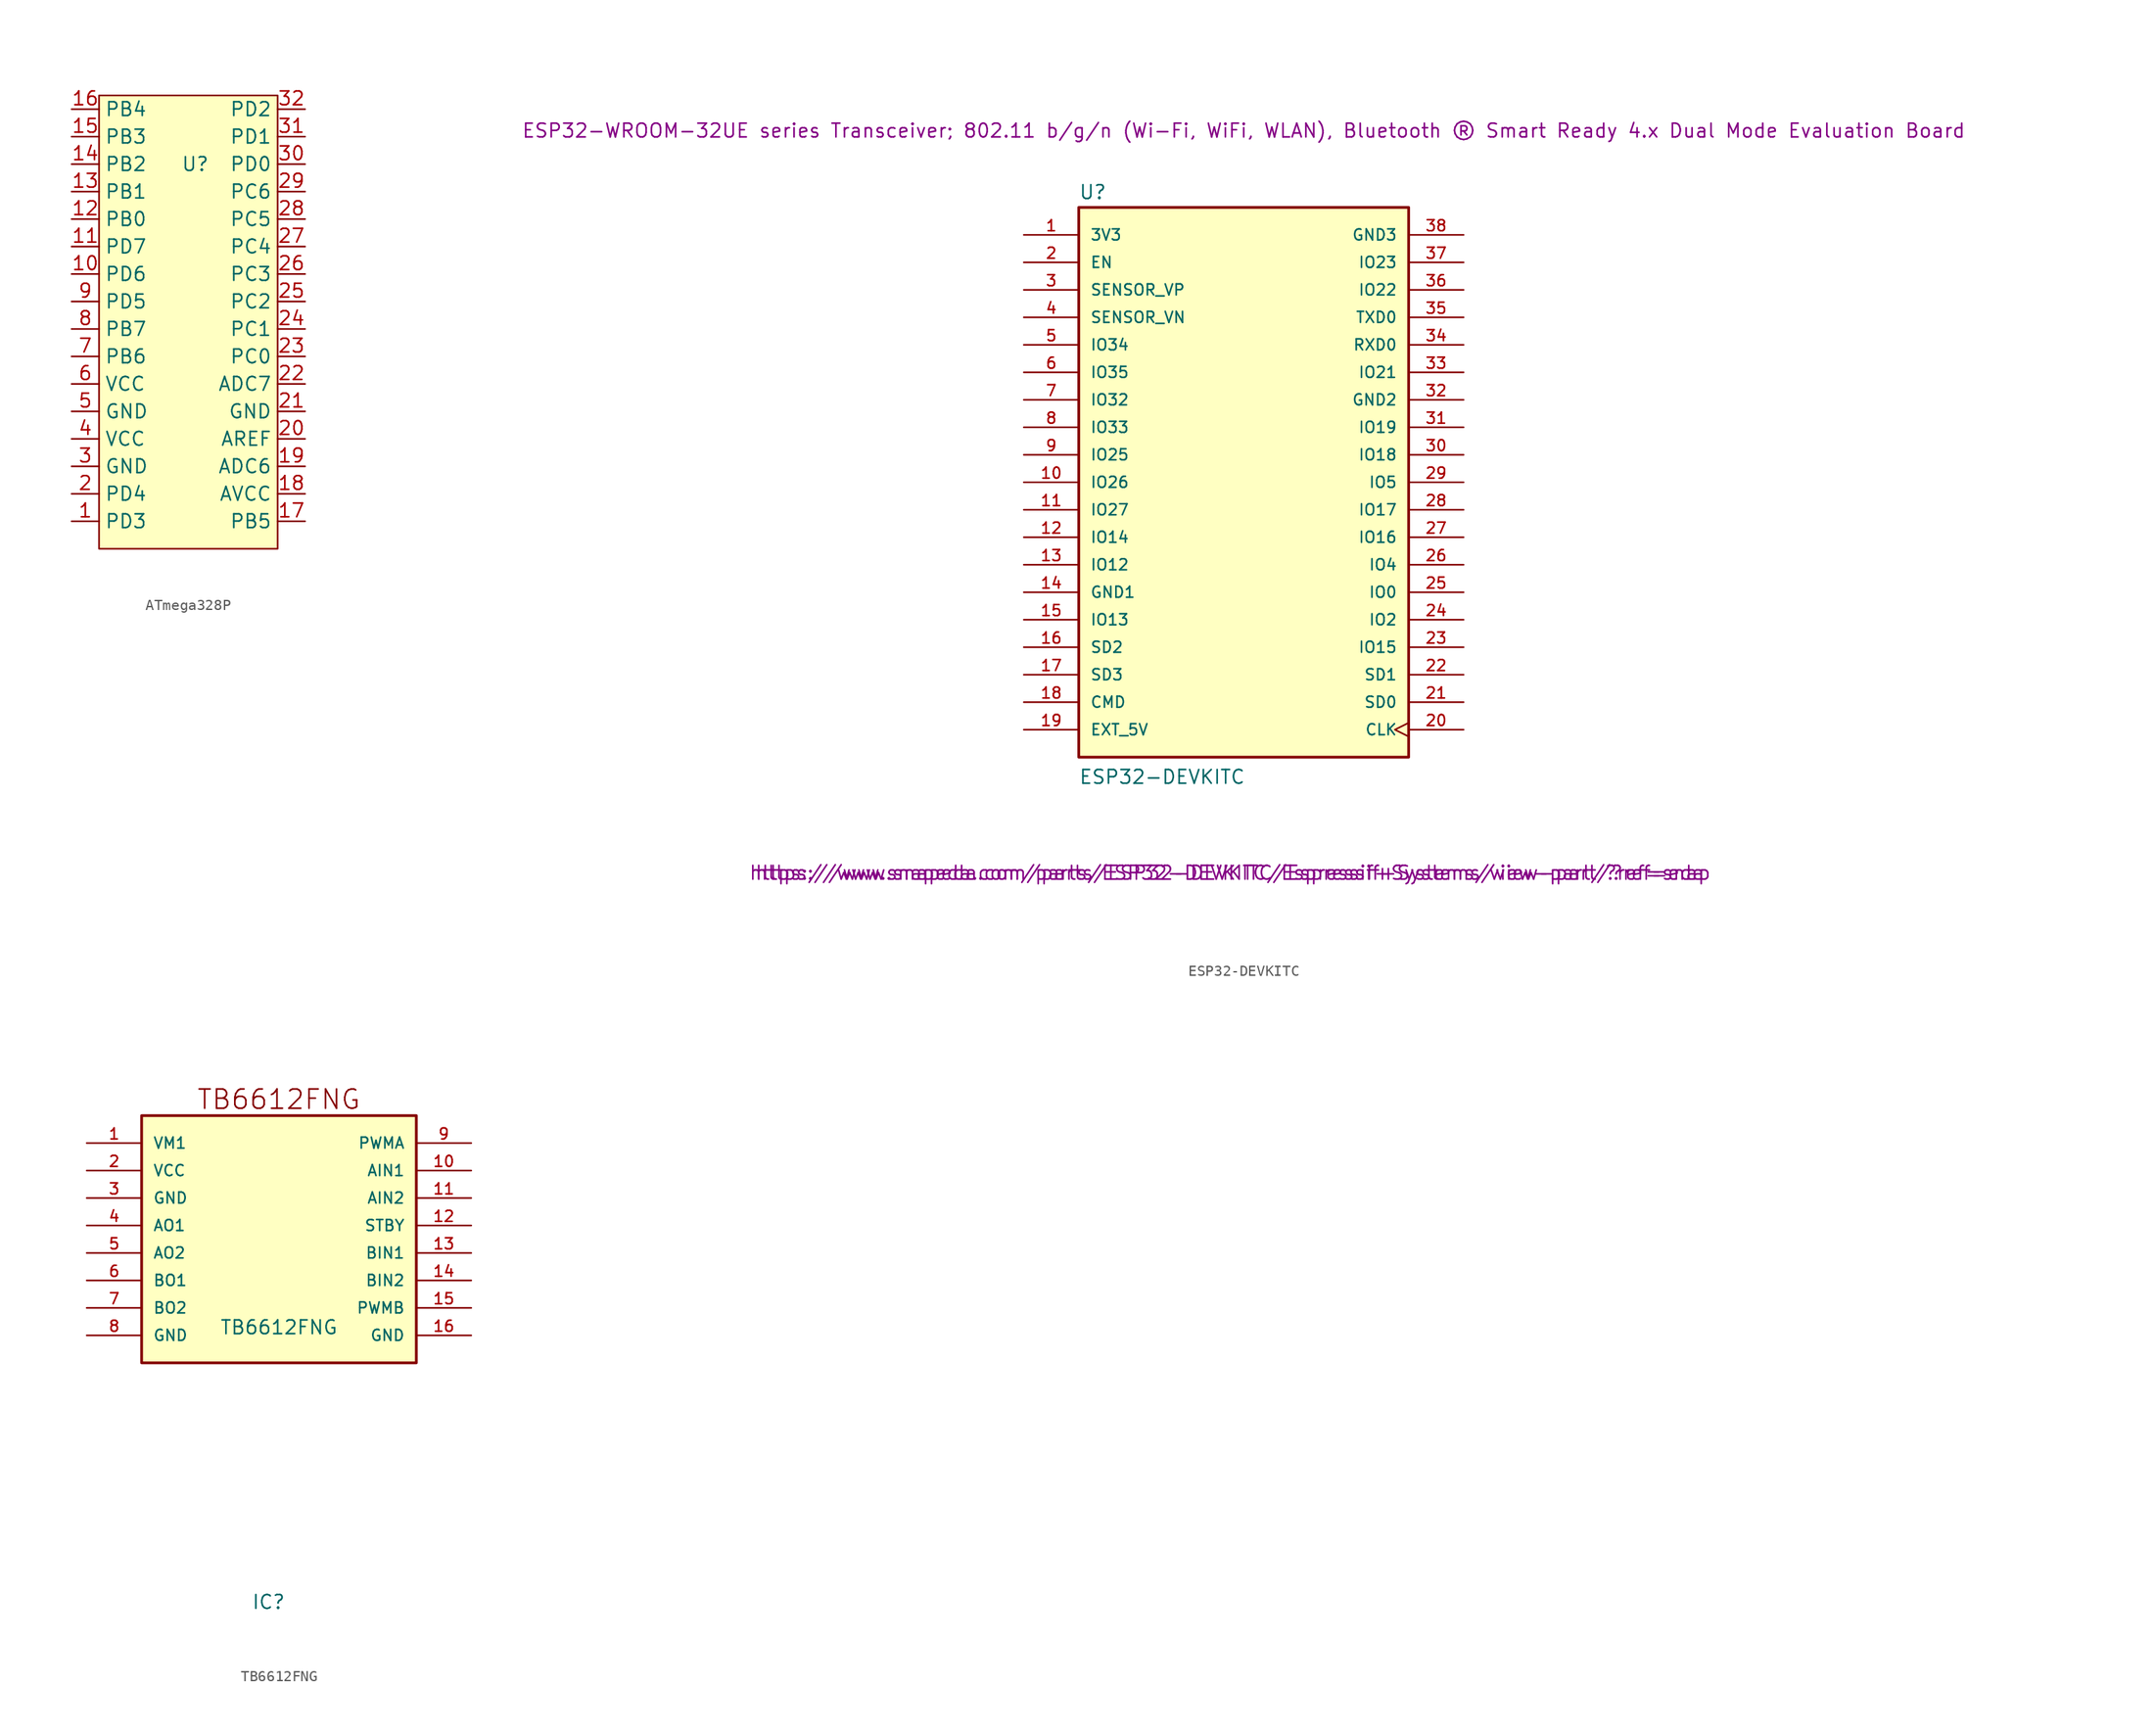
<source format=kicad_sym>
(kicad_symbol_lib
  (version 20220914)
  (generator kicad_symbol_editor)
  (symbol "ATmega328P"
    (property "Reference" "U"
      (at 0 0 0)
      (effects (font (size 1.27 1.27))))
    (property "Value" ""
      (at 0 0 0)
      (effects (font (size 1.27 1.27))))
    (symbol "ATmega328P_1_1"
      (rectangle (start -8.89 6.35) (end 7.62 -35.56) (stroke (width 0) (type default)) (fill (type background)))
      (pin input line (at -11.43 -33.02 0) (length 2.54) (name "PD3" (effects (font (size 1.27 1.27)))) (number "1" (effects (font (size 1.27 1.27)))))
      (pin input line (at -11.43 -10.16 0) (length 2.54) (name "PD6" (effects (font (size 1.27 1.27)))) (number "10" (effects (font (size 1.27 1.27)))))
      (pin input line (at -11.43 -7.62 0) (length 2.54) (name "PD7" (effects (font (size 1.27 1.27)))) (number "11" (effects (font (size 1.27 1.27)))))
      (pin input line (at -11.43 -5.08 0) (length 2.54) (name "PB0" (effects (font (size 1.27 1.27)))) (number "12" (effects (font (size 1.27 1.27)))))
      (pin input line (at -11.43 -2.54 0) (length 2.54) (name "PB1" (effects (font (size 1.27 1.27)))) (number "13" (effects (font (size 1.27 1.27)))))
      (pin input line (at -11.43 0 0) (length 2.54) (name "PB2" (effects (font (size 1.27 1.27)))) (number "14" (effects (font (size 1.27 1.27)))))
      (pin input line (at -11.43 2.54 0) (length 2.54) (name "PB3" (effects (font (size 1.27 1.27)))) (number "15" (effects (font (size 1.27 1.27)))))
      (pin input line (at -11.43 5.08 0) (length 2.54) (name "PB4" (effects (font (size 1.27 1.27)))) (number "16" (effects (font (size 1.27 1.27)))))
      (pin input line (at 10.16 -33.02 180) (length 2.54) (name "PB5" (effects (font (size 1.27 1.27)))) (number "17" (effects (font (size 1.27 1.27)))))
      (pin input line (at 10.16 -30.48 180) (length 2.54) (name "AVCC" (effects (font (size 1.27 1.27)))) (number "18" (effects (font (size 1.27 1.27)))))
      (pin input line (at 10.16 -27.94 180) (length 2.54) (name "ADC6" (effects (font (size 1.27 1.27)))) (number "19" (effects (font (size 1.27 1.27)))))
      (pin input line (at -11.43 -30.48 0) (length 2.54) (name "PD4" (effects (font (size 1.27 1.27)))) (number "2" (effects (font (size 1.27 1.27)))))
      (pin input line (at 10.16 -25.4 180) (length 2.54) (name "AREF" (effects (font (size 1.27 1.27)))) (number "20" (effects (font (size 1.27 1.27)))))
      (pin input line (at 10.16 -22.86 180) (length 2.54) (name "GND" (effects (font (size 1.27 1.27)))) (number "21" (effects (font (size 1.27 1.27)))))
      (pin input line (at 10.16 -20.32 180) (length 2.54) (name "ADC7" (effects (font (size 1.27 1.27)))) (number "22" (effects (font (size 1.27 1.27)))))
      (pin input line (at 10.16 -17.78 180) (length 2.54) (name "PC0" (effects (font (size 1.27 1.27)))) (number "23" (effects (font (size 1.27 1.27)))))
      (pin input line (at 10.16 -15.24 180) (length 2.54) (name "PC1" (effects (font (size 1.27 1.27)))) (number "24" (effects (font (size 1.27 1.27)))))
      (pin input line (at 10.16 -12.7 180) (length 2.54) (name "PC2" (effects (font (size 1.27 1.27)))) (number "25" (effects (font (size 1.27 1.27)))))
      (pin input line (at 10.16 -10.16 180) (length 2.54) (name "PC3" (effects (font (size 1.27 1.27)))) (number "26" (effects (font (size 1.27 1.27)))))
      (pin input line (at 10.16 -7.62 180) (length 2.54) (name "PC4" (effects (font (size 1.27 1.27)))) (number "27" (effects (font (size 1.27 1.27)))))
      (pin input line (at 10.16 -5.08 180) (length 2.54) (name "PC5" (effects (font (size 1.27 1.27)))) (number "28" (effects (font (size 1.27 1.27)))))
      (pin input line (at 10.16 -2.54 180) (length 2.54) (name "PC6" (effects (font (size 1.27 1.27)))) (number "29" (effects (font (size 1.27 1.27)))))
      (pin input line (at -11.43 -27.94 0) (length 2.54) (name "GND" (effects (font (size 1.27 1.27)))) (number "3" (effects (font (size 1.27 1.27)))))
      (pin input line (at 10.16 0 180) (length 2.54) (name "PD0" (effects (font (size 1.27 1.27)))) (number "30" (effects (font (size 1.27 1.27)))))
      (pin input line (at 10.16 2.54 180) (length 2.54) (name "PD1" (effects (font (size 1.27 1.27)))) (number "31" (effects (font (size 1.27 1.27)))))
      (pin input line (at 10.16 5.08 180) (length 2.54) (name "PD2" (effects (font (size 1.27 1.27)))) (number "32" (effects (font (size 1.27 1.27)))))
      (pin input line (at -11.43 -25.4 0) (length 2.54) (name "VCC" (effects (font (size 1.27 1.27)))) (number "4" (effects (font (size 1.27 1.27)))))
      (pin input line (at -11.43 -22.86 0) (length 2.54) (name "GND" (effects (font (size 1.27 1.27)))) (number "5" (effects (font (size 1.27 1.27)))))
      (pin input line (at -11.43 -20.32 0) (length 2.54) (name "VCC" (effects (font (size 1.27 1.27)))) (number "6" (effects (font (size 1.27 1.27)))))
      (pin input line (at -11.43 -17.78 0) (length 2.54) (name "PB6" (effects (font (size 1.27 1.27)))) (number "7" (effects (font (size 1.27 1.27)))))
      (pin input line (at -11.43 -15.24 0) (length 2.54) (name "PB7" (effects (font (size 1.27 1.27)))) (number "8" (effects (font (size 1.27 1.27)))))
      (pin input line (at -11.43 -12.7 0) (length 2.54) (name "PD5" (effects (font (size 1.27 1.27)))) (number "9" (effects (font (size 1.27 1.27)))))))
  (symbol "ESP32-DEVKITC"
    (pin_names
      (offset 1.016))
    (property "Reference" "U"
      (at -15.257 26.064 0)
      (effects (font (size 1.27 1.27)) (justify left bottom)))
    (property "Value" "ESP32-DEVKITC"
      (at -15.256 -27.97 0)
      (effects (font (size 1.27 1.27)) (justify left bottom)))
    (property "Description" "\nESP32-WROOM-32UE series Transceiver; 802.11 b/g/n (Wi-Fi, WiFi, WLAN), Bluetooth ® Smart Ready 4.x Dual Mode Evaluation Board\n"
      (at 0 31.75 0)
      (effects (font (size 1.27 1.27)) (justify bottom)))
    (property "Check_prices" "https://www.snapeda.com/parts/ESP32-DEVKITC/Espressif+Systems/view-part/?ref=eda"
      (at -1.27 -36.83 0)
      (effects (font (size 1.27 1.27)) (justify bottom)))
    (property "SnapEDA_Link" "https://www.snapeda.com/parts/ESP32-DEVKITC/Espressif+Systems/view-part/?ref=snap"
      (at -1.27 -36.83 0)
      (effects (font (size 1.27 1.27)) (justify bottom)))
    (symbol "ESP32-DEVKITC_0_0"
      (rectangle (start -15.24 25.4) (end 15.24 -25.4) (stroke (width 0.254) (type default)) (fill (type background)))
      (pin power_in line (at -20.32 22.86 0) (length 5.08) (name "3V3" (effects (font (size 1.016 1.016)))) (number "1" (effects (font (size 1.016 1.016)))))
      (pin bidirectional line (at -20.32 0 0) (length 5.08) (name "IO26" (effects (font (size 1.016 1.016)))) (number "10" (effects (font (size 1.016 1.016)))))
      (pin bidirectional line (at -20.32 -2.54 0) (length 5.08) (name "IO27" (effects (font (size 1.016 1.016)))) (number "11" (effects (font (size 1.016 1.016)))))
      (pin bidirectional line (at -20.32 -5.08 0) (length 5.08) (name "IO14" (effects (font (size 1.016 1.016)))) (number "12" (effects (font (size 1.016 1.016)))))
      (pin bidirectional line (at -20.32 -7.62 0) (length 5.08) (name "IO12" (effects (font (size 1.016 1.016)))) (number "13" (effects (font (size 1.016 1.016)))))
      (pin power_in line (at -20.32 -10.16 0) (length 5.08) (name "GND1" (effects (font (size 1.016 1.016)))) (number "14" (effects (font (size 1.016 1.016)))))
      (pin bidirectional line (at -20.32 -12.7 0) (length 5.08) (name "IO13" (effects (font (size 1.016 1.016)))) (number "15" (effects (font (size 1.016 1.016)))))
      (pin bidirectional line (at -20.32 -15.24 0) (length 5.08) (name "SD2" (effects (font (size 1.016 1.016)))) (number "16" (effects (font (size 1.016 1.016)))))
      (pin bidirectional line (at -20.32 -17.78 0) (length 5.08) (name "SD3" (effects (font (size 1.016 1.016)))) (number "17" (effects (font (size 1.016 1.016)))))
      (pin bidirectional line (at -20.32 -20.32 0) (length 5.08) (name "CMD" (effects (font (size 1.016 1.016)))) (number "18" (effects (font (size 1.016 1.016)))))
      (pin power_in line (at -20.32 -22.86 0) (length 5.08) (name "EXT_5V" (effects (font (size 1.016 1.016)))) (number "19" (effects (font (size 1.016 1.016)))))
      (pin input line (at -20.32 20.32 0) (length 5.08) (name "EN" (effects (font (size 1.016 1.016)))) (number "2" (effects (font (size 1.016 1.016)))))
      (pin input clock (at 20.32 -22.86 180) (length 5.08) (name "CLK" (effects (font (size 1.016 1.016)))) (number "20" (effects (font (size 1.016 1.016)))))
      (pin bidirectional line (at 20.32 -20.32 180) (length 5.08) (name "SD0" (effects (font (size 1.016 1.016)))) (number "21" (effects (font (size 1.016 1.016)))))
      (pin bidirectional line (at 20.32 -17.78 180) (length 5.08) (name "SD1" (effects (font (size 1.016 1.016)))) (number "22" (effects (font (size 1.016 1.016)))))
      (pin bidirectional line (at 20.32 -15.24 180) (length 5.08) (name "IO15" (effects (font (size 1.016 1.016)))) (number "23" (effects (font (size 1.016 1.016)))))
      (pin bidirectional line (at 20.32 -12.7 180) (length 5.08) (name "IO2" (effects (font (size 1.016 1.016)))) (number "24" (effects (font (size 1.016 1.016)))))
      (pin bidirectional line (at 20.32 -10.16 180) (length 5.08) (name "IO0" (effects (font (size 1.016 1.016)))) (number "25" (effects (font (size 1.016 1.016)))))
      (pin bidirectional line (at 20.32 -7.62 180) (length 5.08) (name "IO4" (effects (font (size 1.016 1.016)))) (number "26" (effects (font (size 1.016 1.016)))))
      (pin bidirectional line (at 20.32 -5.08 180) (length 5.08) (name "IO16" (effects (font (size 1.016 1.016)))) (number "27" (effects (font (size 1.016 1.016)))))
      (pin bidirectional line (at 20.32 -2.54 180) (length 5.08) (name "IO17" (effects (font (size 1.016 1.016)))) (number "28" (effects (font (size 1.016 1.016)))))
      (pin bidirectional line (at 20.32 0 180) (length 5.08) (name "IO5" (effects (font (size 1.016 1.016)))) (number "29" (effects (font (size 1.016 1.016)))))
      (pin input line (at -20.32 17.78 0) (length 5.08) (name "SENSOR_VP" (effects (font (size 1.016 1.016)))) (number "3" (effects (font (size 1.016 1.016)))))
      (pin bidirectional line (at 20.32 2.54 180) (length 5.08) (name "IO18" (effects (font (size 1.016 1.016)))) (number "30" (effects (font (size 1.016 1.016)))))
      (pin bidirectional line (at 20.32 5.08 180) (length 5.08) (name "IO19" (effects (font (size 1.016 1.016)))) (number "31" (effects (font (size 1.016 1.016)))))
      (pin power_in line (at 20.32 7.62 180) (length 5.08) (name "GND2" (effects (font (size 1.016 1.016)))) (number "32" (effects (font (size 1.016 1.016)))))
      (pin bidirectional line (at 20.32 10.16 180) (length 5.08) (name "IO21" (effects (font (size 1.016 1.016)))) (number "33" (effects (font (size 1.016 1.016)))))
      (pin input line (at 20.32 12.7 180) (length 5.08) (name "RXD0" (effects (font (size 1.016 1.016)))) (number "34" (effects (font (size 1.016 1.016)))))
      (pin output line (at 20.32 15.24 180) (length 5.08) (name "TXD0" (effects (font (size 1.016 1.016)))) (number "35" (effects (font (size 1.016 1.016)))))
      (pin bidirectional line (at 20.32 17.78 180) (length 5.08) (name "IO22" (effects (font (size 1.016 1.016)))) (number "36" (effects (font (size 1.016 1.016)))))
      (pin bidirectional line (at 20.32 20.32 180) (length 5.08) (name "IO23" (effects (font (size 1.016 1.016)))) (number "37" (effects (font (size 1.016 1.016)))))
      (pin power_in line (at 20.32 22.86 180) (length 5.08) (name "GND3" (effects (font (size 1.016 1.016)))) (number "38" (effects (font (size 1.016 1.016)))))
      (pin input line (at -20.32 15.24 0) (length 5.08) (name "SENSOR_VN" (effects (font (size 1.016 1.016)))) (number "4" (effects (font (size 1.016 1.016)))))
      (pin bidirectional line (at -20.32 12.7 0) (length 5.08) (name "IO34" (effects (font (size 1.016 1.016)))) (number "5" (effects (font (size 1.016 1.016)))))
      (pin bidirectional line (at -20.32 10.16 0) (length 5.08) (name "IO35" (effects (font (size 1.016 1.016)))) (number "6" (effects (font (size 1.016 1.016)))))
      (pin bidirectional line (at -20.32 7.62 0) (length 5.08) (name "IO32" (effects (font (size 1.016 1.016)))) (number "7" (effects (font (size 1.016 1.016)))))
      (pin bidirectional line (at -20.32 5.08 0) (length 5.08) (name "IO33" (effects (font (size 1.016 1.016)))) (number "8" (effects (font (size 1.016 1.016)))))
      (pin bidirectional line (at -20.32 2.54 0) (length 5.08) (name "IO25" (effects (font (size 1.016 1.016)))) (number "9" (effects (font (size 1.016 1.016)))))))
  (symbol "TB6612FNG"
    (pin_names
      (offset 1.016))
    (property "Reference" "IC"
      (at -2.54 -25.4 0)
      (effects (font (size 1.27 1.27)) (justify left bottom)))
    (property "Value" "TB6612FNG"
      (at 0 0 0)
      (effects (font (size 1.27 1.27)) (justify bottom)))
    (symbol "TB6612FNG_0_0"
      (rectangle (start -12.7 20.32) (end 12.7 -2.54) (stroke (width 0.254) (type default)) (fill (type background)))
      (text "TB6612FNG" (at 7.62 22.86 0) (effects (font (size 1.778 1.778)) (justify right top)))
      (pin power_in line (at -17.78 17.78 0) (length 5.08) (name "VM1" (effects (font (size 1.016 1.016)))) (number "1" (effects (font (size 1.016 1.016)))))
      (pin input line (at 17.78 15.24 180) (length 5.08) (name "AIN1" (effects (font (size 1.016 1.016)))) (number "10" (effects (font (size 1.016 1.016)))))
      (pin input line (at 17.78 12.7 180) (length 5.08) (name "AIN2" (effects (font (size 1.016 1.016)))) (number "11" (effects (font (size 1.016 1.016)))))
      (pin input line (at 17.78 10.16 180) (length 5.08) (name "STBY" (effects (font (size 1.016 1.016)))) (number "12" (effects (font (size 1.016 1.016)))))
      (pin input line (at 17.78 7.62 180) (length 5.08) (name "BIN1" (effects (font (size 1.016 1.016)))) (number "13" (effects (font (size 1.016 1.016)))))
      (pin input line (at 17.78 5.08 180) (length 5.08) (name "BIN2" (effects (font (size 1.016 1.016)))) (number "14" (effects (font (size 1.016 1.016)))))
      (pin input line (at 17.78 2.54 180) (length 5.08) (name "PWMB" (effects (font (size 1.016 1.016)))) (number "15" (effects (font (size 1.016 1.016)))))
      (pin power_in line (at 17.78 0 180) (length 5.08) (name "GND" (effects (font (size 1.016 1.016)))) (number "16" (effects (font (size 1.016 1.016)))))
      (pin power_in line (at -17.78 15.24 0) (length 5.08) (name "VCC" (effects (font (size 1.016 1.016)))) (number "2" (effects (font (size 1.016 1.016)))))
      (pin power_in line (at -17.78 12.7 0) (length 5.08) (name "GND" (effects (font (size 1.016 1.016)))) (number "3" (effects (font (size 1.016 1.016)))))
      (pin output line (at -17.78 10.16 0) (length 5.08) (name "AO1" (effects (font (size 1.016 1.016)))) (number "4" (effects (font (size 1.016 1.016)))))
      (pin output line (at -17.78 7.62 0) (length 5.08) (name "AO2" (effects (font (size 1.016 1.016)))) (number "5" (effects (font (size 1.016 1.016)))))
      (pin output line (at -17.78 5.08 0) (length 5.08) (name "BO1" (effects (font (size 1.016 1.016)))) (number "6" (effects (font (size 1.016 1.016)))))
      (pin output line (at -17.78 2.54 0) (length 5.08) (name "BO2" (effects (font (size 1.016 1.016)))) (number "7" (effects (font (size 1.016 1.016)))))
      (pin power_in line (at -17.78 0 0) (length 5.08) (name "GND" (effects (font (size 1.016 1.016)))) (number "8" (effects (font (size 1.016 1.016)))))
      (pin input line (at 17.78 17.78 180) (length 5.08) (name "PWMA" (effects (font (size 1.016 1.016)))) (number "9" (effects (font (size 1.016 1.016))))))))
</source>
